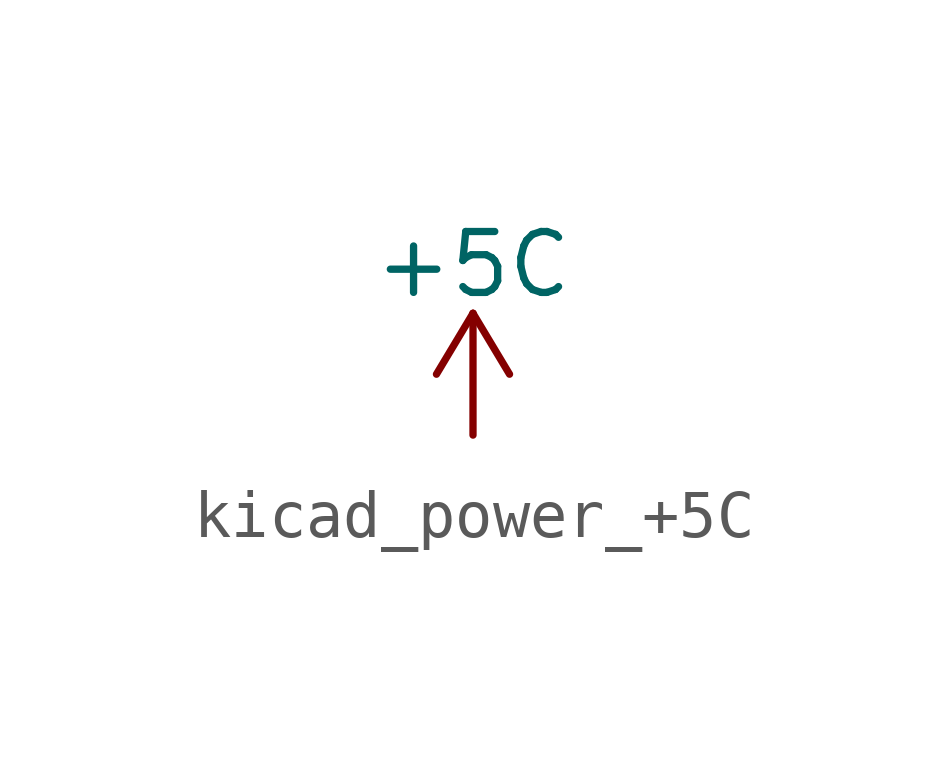
<source format=kicad_sym>
(kicad_symbol_lib
  (version 20220914)
  (generator kicad_symbol_editor)
  (symbol "kicad_power_+5C"
    (power)
    (pin_names
      (offset 0))
    (property "Reference" "#PWR"
      (at 0 -3.81 0)
      (effects (font (size 1.27 1.27)) hide))
    (property "Value" "+5C"
      (at 0 3.556 0)
      (effects (font (size 1.27 1.27))))
    (symbol "kicad_power_+5C_0_1"
      (polyline (pts (xy -0.762 1.27) (xy 0 2.54)) (stroke (width 0) (type default)) (fill (type none)))
      (polyline (pts (xy 0 0) (xy 0 2.54)) (stroke (width 0) (type default)) (fill (type none)))
      (polyline (pts (xy 0 2.54) (xy 0.762 1.27)) (stroke (width 0) (type default)) (fill (type none))))
    (symbol "kicad_power_+5C_1_1"
      (pin power_in line (at 0 0 90) (length 0) hide (name "+5C" (effects (font (size 1.27 1.27)))) (number "1" (effects (font (size 1.27 1.27))))))))
</source>
